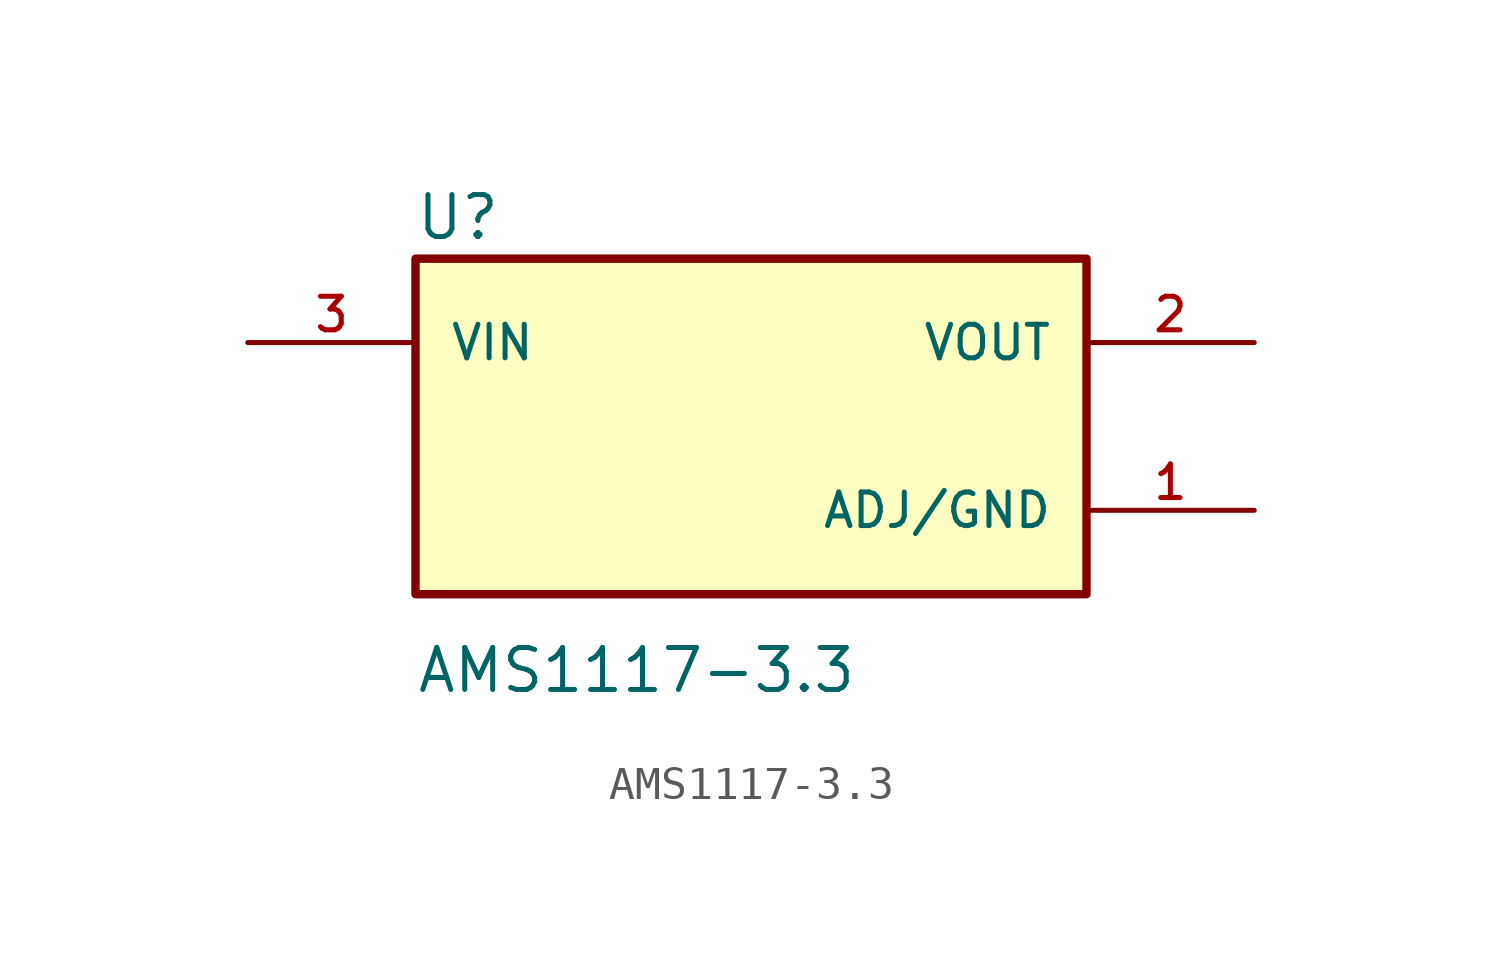
<source format=kicad_sym>
(kicad_symbol_lib
  (version 20201005)
  (generator kicad_symbol_editor)
  (symbol "AMS1117-3.3"
    (pin_names
      (offset 1.016))
    (property "Reference" "U"
      (at -10.185 5.588 0)
      (effects (font (size 1.27 1.27)) (justify left bottom)))
    (property "Value" "AMS1117-3.3"
      (at -10.16 -8.128 0)
      (effects (font (size 1.27 1.27)) (justify left bottom)))
    (property "ki_locked" ""
      (at 0 0 0)
      (effects (font (size 1.27 1.27))))
    (symbol "AMS1117-3.3_0_0"
      (rectangle (start -10.16 -5.08) (end 10.16 5.08) (stroke (width 0.254)) (fill (type background)))
      (pin power_in line (at 15.24 -2.54 180) (length 5.08) (name "ADJ/GND" (effects (font (size 1.016 1.016)))) (number "1" (effects (font (size 1.016 1.016)))))
      (pin output line (at 15.24 2.54 180) (length 5.08) (name "VOUT" (effects (font (size 1.016 1.016)))) (number "2" (effects (font (size 1.016 1.016)))))
      (pin input line (at -15.24 2.54 0) (length 5.08) (name "VIN" (effects (font (size 1.016 1.016)))) (number "3" (effects (font (size 1.016 1.016))))))))
</source>
